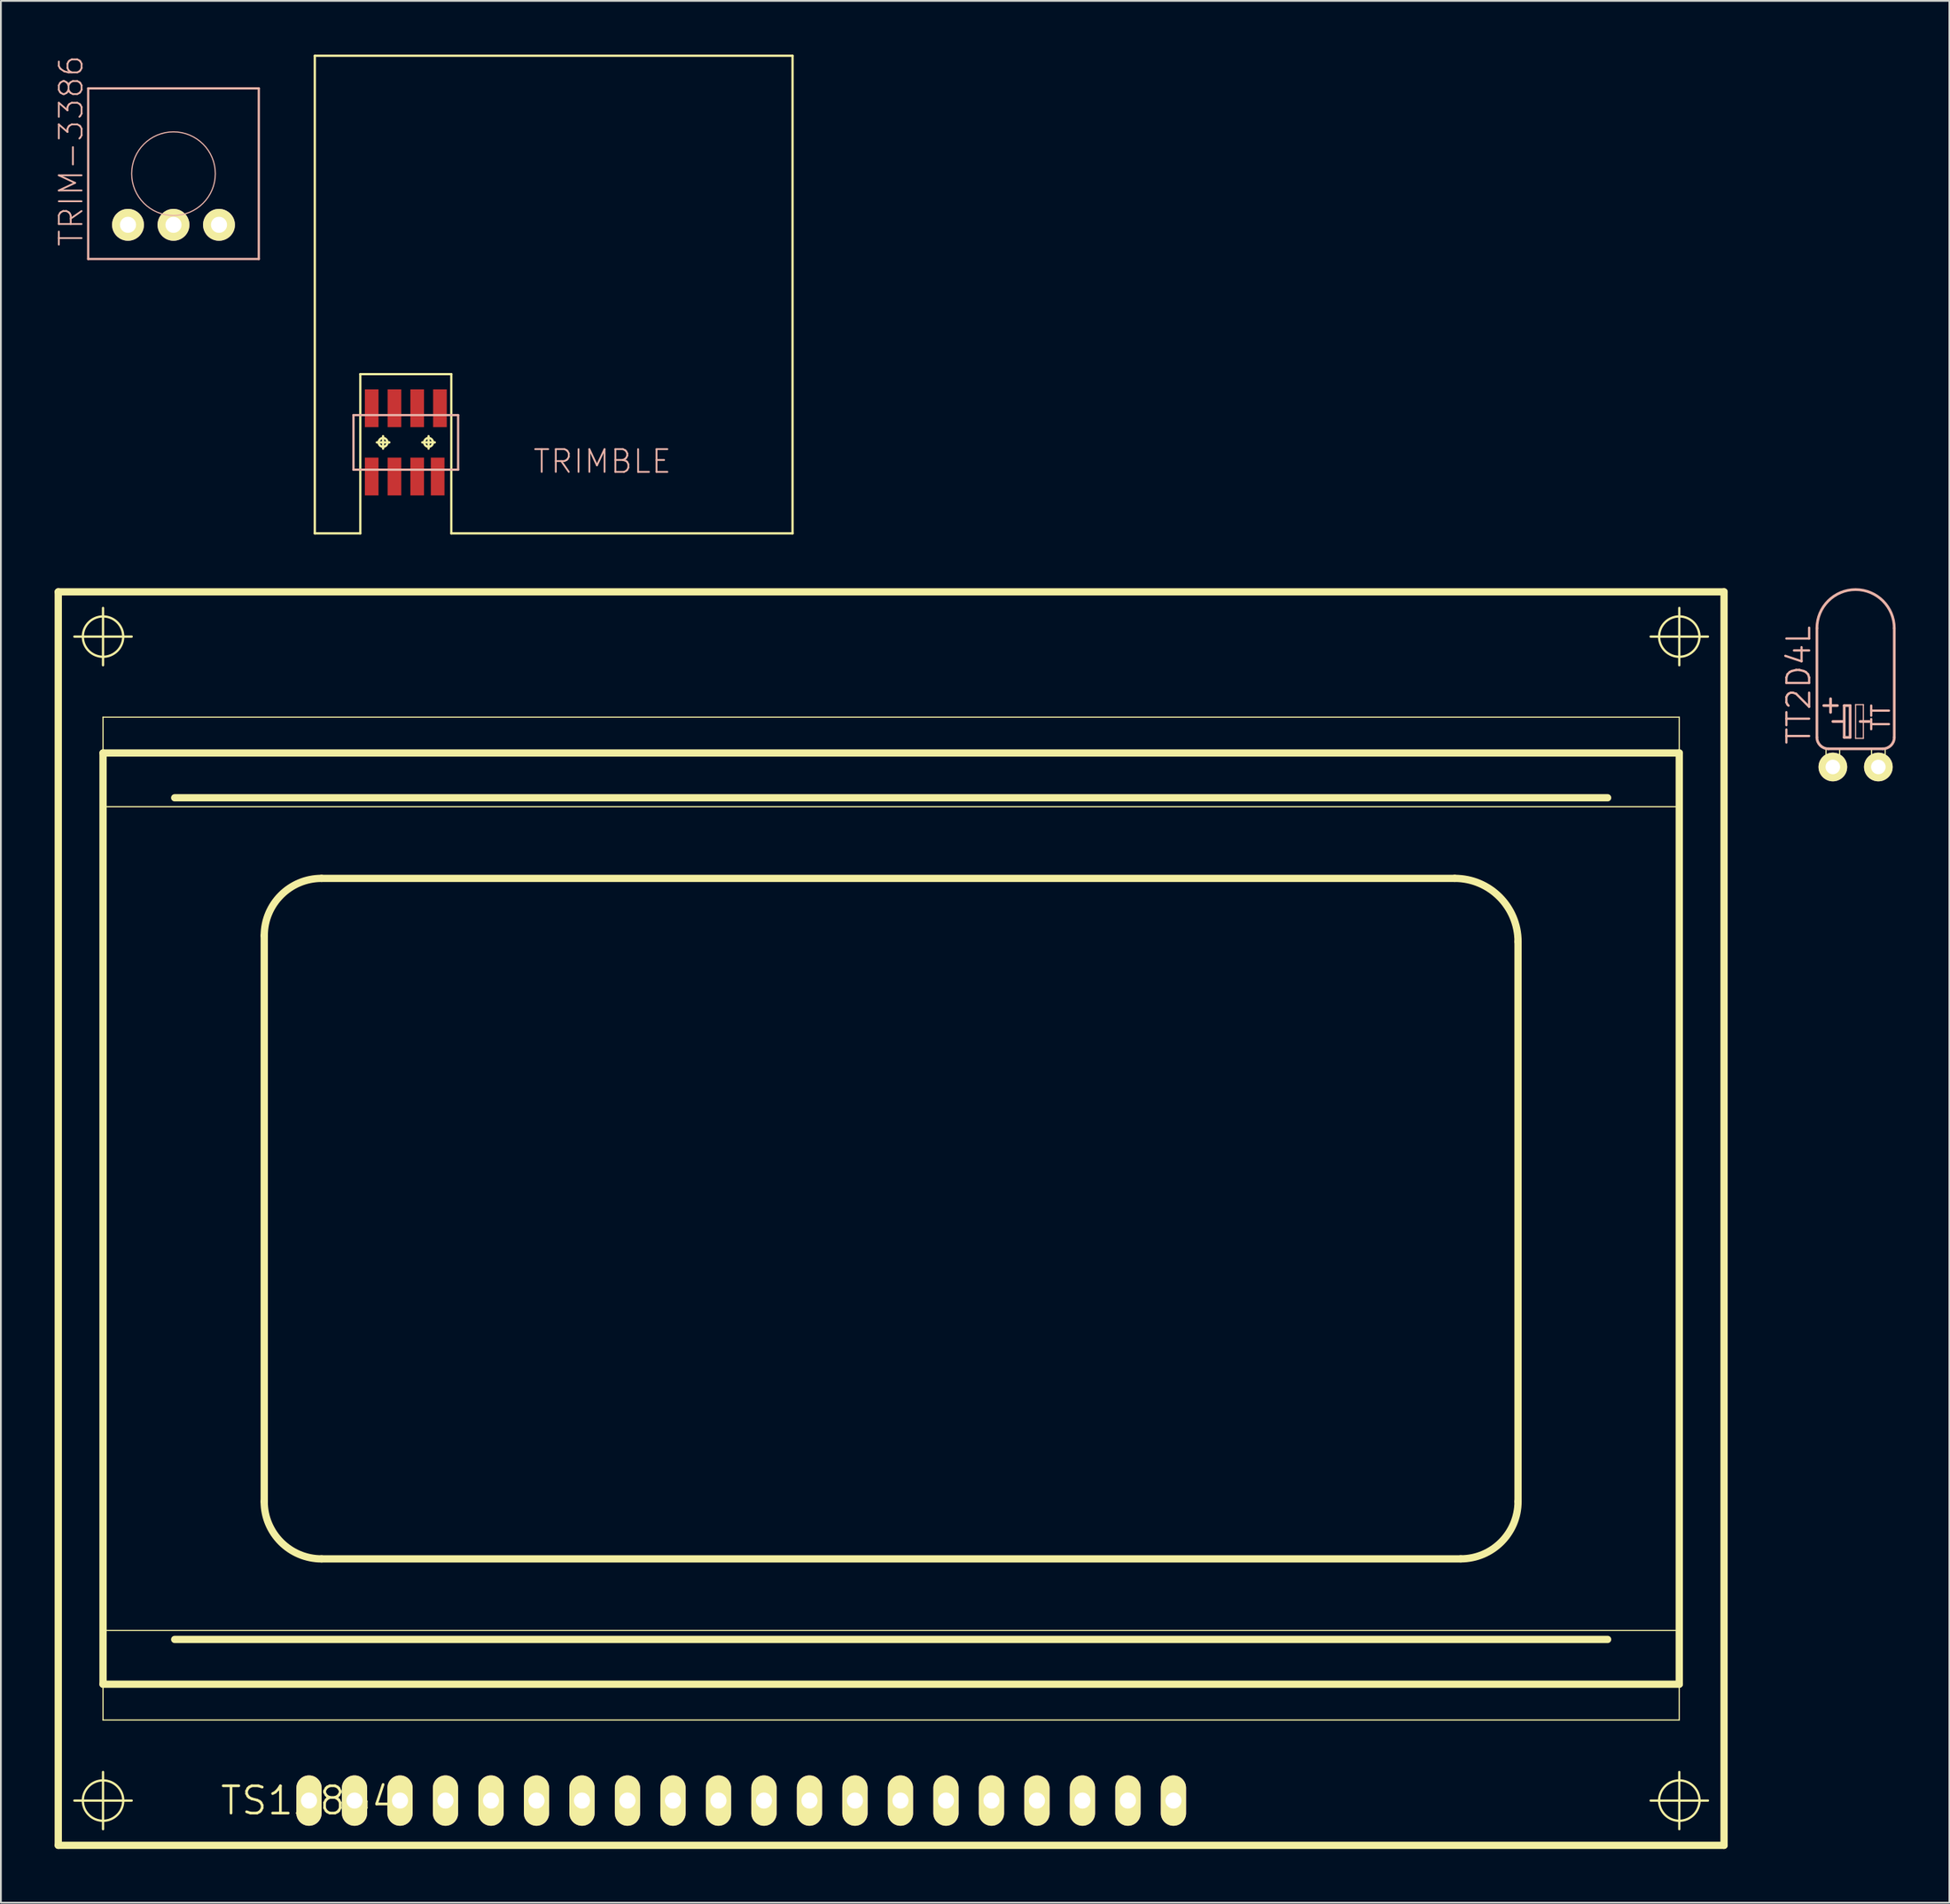
<source format=kicad_pcb>
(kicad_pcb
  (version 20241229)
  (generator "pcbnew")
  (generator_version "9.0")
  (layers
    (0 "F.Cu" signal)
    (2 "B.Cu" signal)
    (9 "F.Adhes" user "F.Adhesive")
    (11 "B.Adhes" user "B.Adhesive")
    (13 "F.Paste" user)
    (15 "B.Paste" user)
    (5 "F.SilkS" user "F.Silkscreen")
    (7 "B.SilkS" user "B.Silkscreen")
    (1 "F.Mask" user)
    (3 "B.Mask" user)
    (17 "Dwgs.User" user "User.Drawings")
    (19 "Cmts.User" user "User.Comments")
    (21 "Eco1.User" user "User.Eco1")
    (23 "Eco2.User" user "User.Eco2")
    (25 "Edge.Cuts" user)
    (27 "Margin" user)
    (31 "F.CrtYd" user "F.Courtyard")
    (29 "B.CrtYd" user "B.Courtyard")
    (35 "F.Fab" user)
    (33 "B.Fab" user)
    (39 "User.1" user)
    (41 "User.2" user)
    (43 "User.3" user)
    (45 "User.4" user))
  (footprint "TS12864"
    (layer "F.Cu")
    (at 14.201 97.498)
    (property "Reference" "TS12864" (at 0 0 0) (layer "F.SilkS") (effects (font (size 1.524 1.524) (thickness 0.15))))
    (attr exclude_from_pos_files exclude_from_bom)
    (fp_line (start -13.998 -67.498) (end -13.998 2.499) (stroke (width 0.406) (type solid)) (layer "F.SilkS"))
    (fp_line (start -13.998 2.499) (end 78.999 2.499) (stroke (width 0.406) (type solid)) (layer "F.SilkS"))
    (fp_line (start -13.099 -64.999) (end -9.898 -64.999) (stroke (width 0.127) (type solid)) (layer "F.SilkS"))
    (fp_line (start -13.099 0) (end -9.898 0) (stroke (width 0.127) (type solid)) (layer "F.SilkS"))
    (fp_line (start -11.499 -63.398) (end -11.499 -66.599) (stroke (width 0.127) (type solid)) (layer "F.SilkS"))
    (fp_line (start -11.499 -60.498) (end 76.5 -60.498) (stroke (width 0.066) (type solid)) (layer "F.SilkS"))
    (fp_line (start -11.499 -58.499) (end 76.5 -58.499) (stroke (width 0.406) (type solid)) (layer "F.SilkS"))
    (fp_line (start -11.499 -55.499) (end -11.499 -60.498) (stroke (width 0.066) (type solid)) (layer "F.SilkS"))
    (fp_line (start -11.499 -55.499) (end 76.5 -55.499) (stroke (width 0.066) (type solid)) (layer "F.SilkS"))
    (fp_line (start -11.499 -9.5) (end 76.5 -9.5) (stroke (width 0.066) (type solid)) (layer "F.SilkS"))
    (fp_line (start -11.499 -6.5) (end -11.499 -58.499) (stroke (width 0.406) (type solid)) (layer "F.SilkS"))
    (fp_line (start -11.499 -4.498) (end -11.499 -9.5) (stroke (width 0.066) (type solid)) (layer "F.SilkS"))
    (fp_line (start -11.499 -4.498) (end 76.5 -4.498) (stroke (width 0.066) (type solid)) (layer "F.SilkS"))
    (fp_line (start -11.499 1.598) (end -11.499 -1.598) (stroke (width 0.127) (type solid)) (layer "F.SilkS"))
    (fp_line (start -7.498 -55.999) (end 72.499 -55.999) (stroke (width 0.406) (type solid)) (layer "F.SilkS"))
    (fp_line (start -7.498 -8.999) (end 72.499 -8.999) (stroke (width 0.406) (type solid)) (layer "F.SilkS"))
    (fp_line (start -2.499 -16.701) (end -2.499 -48.298) (stroke (width 0.406) (type solid)) (layer "F.SilkS"))
    (fp_line (start 0.701 -51.498) (end 63.962 -51.498) (stroke (width 0.406) (type solid)) (layer "F.SilkS"))
    (fp_line (start 64.298 -13.498) (end 0.701 -13.498) (stroke (width 0.406) (type solid)) (layer "F.SilkS"))
    (fp_line (start 67.498 -47.963) (end 67.498 -16.701) (stroke (width 0.406) (type solid)) (layer "F.SilkS"))
    (fp_line (start 74.9 -64.999) (end 78.1 -64.999) (stroke (width 0.127) (type solid)) (layer "F.SilkS"))
    (fp_line (start 74.9 0) (end 78.1 0) (stroke (width 0.127) (type solid)) (layer "F.SilkS"))
    (fp_line (start 76.5 -63.398) (end 76.5 -66.599) (stroke (width 0.127) (type solid)) (layer "F.SilkS"))
    (fp_line (start 76.5 -58.499) (end 76.5 -6.5) (stroke (width 0.406) (type solid)) (layer "F.SilkS"))
    (fp_line (start 76.5 -55.499) (end 76.5 -60.498) (stroke (width 0.066) (type solid)) (layer "F.SilkS"))
    (fp_line (start 76.5 -6.5) (end -11.499 -6.5) (stroke (width 0.406) (type solid)) (layer "F.SilkS"))
    (fp_line (start 76.5 -4.498) (end 76.5 -9.5) (stroke (width 0.066) (type solid)) (layer "F.SilkS"))
    (fp_line (start 76.5 1.598) (end 76.5 -1.598) (stroke (width 0.127) (type solid)) (layer "F.SilkS"))
    (fp_line (start 78.999 -67.498) (end -13.998 -67.498) (stroke (width 0.406) (type solid)) (layer "F.SilkS"))
    (fp_line (start 78.999 2.499) (end 78.999 -67.498) (stroke (width 0.406) (type solid)) (layer "F.SilkS"))
    (fp_arc (start -2.49936 -48.2981) (mid -1.561985 -50.561125) (end 0.70104 -51.4985) (stroke (width 0.4064) (type solid)) (layer "F.SilkS"))
    (fp_arc (start 0.70104 -13.49756) (mid -1.563781 -14.435679) (end -2.5019 -16.7005) (stroke (width 0.4064) (type solid)) (layer "F.SilkS"))
    (fp_arc (start 63.96228 -51.4985) (mid 66.462383 -50.462923) (end 67.49796 -47.96282) (stroke (width 0.4064) (type solid)) (layer "F.SilkS"))
    (fp_arc (start 67.49796 -16.7005) (mid 66.560585 -14.437475) (end 64.29756 -13.5001) (stroke (width 0.4064) (type solid)) (layer "F.SilkS"))
    (fp_circle (center -11.499 -64.999) (end -12.296 -65.796) (stroke (width 0.127) (type solid)) (fill no) (layer "F.SilkS"))
    (fp_circle (center -11.499 0) (end -12.296 0.798) (stroke (width 0.127) (type solid)) (fill no) (layer "F.SilkS"))
    (fp_circle (center 76.5 -64.999) (end 77.297 -65.796) (stroke (width 0.127) (type solid)) (fill no) (layer "F.SilkS"))
    (fp_circle (center 76.5 0) (end 77.297 0.798) (stroke (width 0.127) (type solid)) (fill no) (layer "F.SilkS"))
    (pad "1" thru_hole oval (at 48.26 0 180) (size 1.407 2.814) (drill 0.899) (layers "*.Cu" "F.Mask" "F.SilkS" "F.Paste"))
    (pad "2" thru_hole oval (at 45.72 0 180) (size 1.407 2.814) (drill 0.899) (layers "*.Cu" "F.Mask" "F.SilkS" "F.Paste"))
    (pad "3" thru_hole oval (at 43.18 0 180) (size 1.407 2.814) (drill 0.899) (layers "*.Cu" "F.Mask" "F.SilkS" "F.Paste"))
    (pad "4" thru_hole oval (at 40.64 0 180) (size 1.407 2.814) (drill 0.899) (layers "*.Cu" "F.Mask" "F.SilkS" "F.Paste"))
    (pad "5" thru_hole oval (at 38.1 0 180) (size 1.407 2.814) (drill 0.899) (layers "*.Cu" "F.Mask" "F.SilkS" "F.Paste"))
    (pad "6" thru_hole oval (at 35.56 0 180) (size 1.407 2.814) (drill 0.899) (layers "*.Cu" "F.Mask" "F.SilkS" "F.Paste"))
    (pad "7" thru_hole oval (at 33.02 0 180) (size 1.407 2.814) (drill 0.899) (layers "*.Cu" "F.Mask" "F.SilkS" "F.Paste"))
    (pad "8" thru_hole oval (at 30.48 0 180) (size 1.407 2.814) (drill 0.899) (layers "*.Cu" "F.Mask" "F.SilkS" "F.Paste"))
    (pad "9" thru_hole oval (at 27.94 0 180) (size 1.407 2.814) (drill 0.899) (layers "*.Cu" "F.Mask" "F.SilkS" "F.Paste"))
    (pad "10" thru_hole oval (at 25.4 0 180) (size 1.407 2.814) (drill 0.899) (layers "*.Cu" "F.Mask" "F.SilkS" "F.Paste"))
    (pad "11" thru_hole oval (at 22.86 0 180) (size 1.407 2.814) (drill 0.899) (layers "*.Cu" "F.Mask" "F.SilkS" "F.Paste"))
    (pad "12" thru_hole oval (at 20.32 0 180) (size 1.407 2.814) (drill 0.899) (layers "*.Cu" "F.Mask" "F.SilkS" "F.Paste"))
    (pad "13" thru_hole oval (at 17.78 0 180) (size 1.407 2.814) (drill 0.899) (layers "*.Cu" "F.Mask" "F.SilkS" "F.Paste"))
    (pad "14" thru_hole oval (at 15.24 0 180) (size 1.407 2.814) (drill 0.899) (layers "*.Cu" "F.Mask" "F.SilkS" "F.Paste"))
    (pad "15" thru_hole oval (at 12.7 0 180) (size 1.407 2.814) (drill 0.899) (layers "*.Cu" "F.Mask" "F.SilkS" "F.Paste"))
    (pad "16" thru_hole oval (at 10.16 0 180) (size 1.407 2.814) (drill 0.899) (layers "*.Cu" "F.Mask" "F.SilkS" "F.Paste"))
    (pad "17" thru_hole oval (at 7.62 0 180) (size 1.407 2.814) (drill 0.899) (layers "*.Cu" "F.Mask" "F.SilkS" "F.Paste"))
    (pad "18" thru_hole oval (at 5.08 0 180) (size 1.407 2.814) (drill 0.899) (layers "*.Cu" "F.Mask" "F.SilkS" "F.Paste"))
    (pad "19" thru_hole oval (at 2.54 0 180) (size 1.407 2.814) (drill 0.899) (layers "*.Cu" "F.Mask" "F.SilkS" "F.Paste"))
    (pad "20" thru_hole oval (at 0 0 180) (size 1.407 2.814) (drill 0.899) (layers "*.Cu" "F.Mask" "F.SilkS" "F.Paste")))
  (footprint "TRIMBLE"
    (layer "F.Cu")
    (at 19.606 21.654)
    (property "Reference" "TRIMBLE" (at 10.973 1.064 0) (layer "B.SilkS") (effects (font (size 1.27 1.27) (thickness 0.102))))
    (attr smd)
    (fp_line (start -5.08 -21.59) (end 21.59 -21.59) (stroke (width 0.127) (type solid)) (layer "F.SilkS"))
    (fp_line (start -5.08 5.08) (end -5.08 -21.59) (stroke (width 0.127) (type solid)) (layer "F.SilkS"))
    (fp_line (start -2.54 -3.81) (end -2.54 5.08) (stroke (width 0.127) (type solid)) (layer "F.SilkS"))
    (fp_line (start -2.54 5.08) (end -5.08 5.08) (stroke (width 0.127) (type solid)) (layer "F.SilkS"))
    (fp_line (start -1.618 0) (end -0.919 0) (stroke (width 0.127) (type solid)) (layer "F.SilkS"))
    (fp_line (start -1.27 0.348) (end -1.27 -0.348) (stroke (width 0.127) (type solid)) (layer "F.SilkS"))
    (fp_line (start 0.919 0) (end 1.618 0) (stroke (width 0.127) (type solid)) (layer "F.SilkS"))
    (fp_line (start 1.27 0.348) (end 1.27 -0.348) (stroke (width 0.127) (type solid)) (layer "F.SilkS"))
    (fp_line (start 2.54 -3.81) (end -2.54 -3.81) (stroke (width 0.127) (type solid)) (layer "F.SilkS"))
    (fp_line (start 2.54 5.08) (end 2.54 -3.81) (stroke (width 0.127) (type solid)) (layer "F.SilkS"))
    (fp_line (start 21.59 -21.59) (end 21.59 5.08) (stroke (width 0.127) (type solid)) (layer "F.SilkS"))
    (fp_line (start 21.59 5.08) (end 2.54 5.08) (stroke (width 0.127) (type solid)) (layer "F.SilkS"))
    (fp_circle (center -1.27 0) (end -1.443 0.173) (stroke (width 0.127) (type solid)) (fill no) (layer "F.SilkS"))
    (fp_circle (center 1.27 0) (end 1.443 0.173) (stroke (width 0.127) (type solid)) (fill no) (layer "F.SilkS"))
    (fp_line (start -2.921 -1.524) (end -2.921 1.524) (stroke (width 0.127) (type solid)) (layer "B.SilkS"))
    (fp_line (start -2.921 1.524) (end 2.921 1.524) (stroke (width 0.127) (type solid)) (layer "B.SilkS"))
    (fp_line (start 2.921 -1.524) (end -2.921 -1.524) (stroke (width 0.127) (type solid)) (layer "B.SilkS"))
    (fp_line (start 2.921 1.524) (end 2.921 -1.524) (stroke (width 0.127) (type solid)) (layer "B.SilkS"))
    (pad "1" smd rect (at -1.905 -1.905 90) (size 2.108 0.762) (layers "F.Cu" "F.Mask" "F.Paste"))
    (pad "2" smd rect (at -1.905 1.905 90) (size 2.108 0.762) (layers "F.Cu" "F.Mask" "F.Paste"))
    (pad "3" smd rect (at -0.635 -1.905 90) (size 2.108 0.762) (layers "F.Cu" "F.Mask" "F.Paste"))
    (pad "4" smd rect (at -0.635 1.905 90) (size 2.108 0.762) (layers "F.Cu" "F.Mask" "F.Paste"))
    (pad "5" smd rect (at 0.635 -1.905 90) (size 2.108 0.762) (layers "F.Cu" "F.Mask" "F.Paste"))
    (pad "6" smd rect (at 0.635 1.905 90) (size 2.108 0.762) (layers "F.Cu" "F.Mask" "F.Paste"))
    (pad "7" smd rect (at 1.905 -1.905 90) (size 2.108 0.762) (layers "F.Cu" "F.Mask" "F.Paste"))
    (pad "8" smd rect (at 1.778 1.905 90) (size 2.108 0.762) (layers "F.Cu" "F.Mask" "F.Paste")))
  (footprint "TRIM-3386"
    (layer "F.Cu")
    (at 6.636 6.648)
    (property "Reference" "TRIM-3386" (at -5.715 -1.27 90) (layer "B.SilkS") (effects (font (size 1.27 1.27) (thickness 0.102))))
    (attr exclude_from_pos_files exclude_from_bom)
    (fp_line (start -4.763 -4.763) (end -4.763 4.763) (stroke (width 0.127) (type solid)) (layer "B.SilkS"))
    (fp_line (start -4.763 4.763) (end 4.763 4.763) (stroke (width 0.127) (type solid)) (layer "B.SilkS"))
    (fp_line (start 4.763 -4.763) (end -4.763 -4.763) (stroke (width 0.127) (type solid)) (layer "B.SilkS"))
    (fp_line (start 4.763 4.763) (end 4.763 -4.763) (stroke (width 0.127) (type solid)) (layer "B.SilkS"))
    (fp_circle (center 0 0) (end -1.651 1.651) (stroke (width 0.064) (type solid)) (fill no) (layer "B.SilkS"))
    (pad "1" thru_hole circle (at -2.54 2.857) (size 1.778 1.778) (drill 0.899) (layers "*.Cu" "F.Mask" "F.SilkS" "F.Paste"))
    (pad "2" thru_hole circle (at 0 2.857) (size 1.778 1.778) (drill 0.899) (layers "*.Cu" "F.Mask" "F.SilkS" "F.Paste"))
    (pad "3" thru_hole circle (at 2.54 2.857) (size 1.778 1.778) (drill 0.899) (layers "*.Cu" "F.Mask" "F.SilkS" "F.Paste")))
  (footprint "TT2D4L"
    (layer "F.Cu")
    (at 100.544 39.779)
    (property "Reference" "TT2D4L" (at -3.175 -4.572 90) (layer "B.SilkS") (effects (font (size 1.27 1.27) (thickness 0.127))))
    (attr exclude_from_pos_files exclude_from_bom)
    (fp_line (start -1.651 -1.016) (end -0.889 -1.016) (stroke (width 0.066) (type solid)) (layer "F.SilkS"))
    (fp_line (start -1.651 -0.635) (end -1.651 -1.016) (stroke (width 0.066) (type solid)) (layer "F.SilkS"))
    (fp_line (start -1.651 -0.635) (end -0.889 -0.635) (stroke (width 0.066) (type solid)) (layer "F.SilkS"))
    (fp_line (start -1.651 -0.635) (end -0.889 -0.635) (stroke (width 0.066) (type solid)) (layer "F.SilkS"))
    (fp_line (start -1.651 0.127) (end -1.651 -0.635) (stroke (width 0.066) (type solid)) (layer "F.SilkS"))
    (fp_line (start -1.651 0.127) (end -0.889 0.127) (stroke (width 0.066) (type solid)) (layer "F.SilkS"))
    (fp_line (start -0.889 -0.635) (end -0.889 -1.016) (stroke (width 0.066) (type solid)) (layer "F.SilkS"))
    (fp_line (start -0.889 0.127) (end -0.889 -0.635) (stroke (width 0.066) (type solid)) (layer "F.SilkS"))
    (fp_line (start 0.889 -1.016) (end 1.651 -1.016) (stroke (width 0.066) (type solid)) (layer "F.SilkS"))
    (fp_line (start 0.889 -0.635) (end 0.889 -1.016) (stroke (width 0.066) (type solid)) (layer "F.SilkS"))
    (fp_line (start 0.889 -0.635) (end 1.651 -0.635) (stroke (width 0.066) (type solid)) (layer "F.SilkS"))
    (fp_line (start 0.889 -0.635) (end 1.651 -0.635) (stroke (width 0.066) (type solid)) (layer "F.SilkS"))
    (fp_line (start 0.889 0.127) (end 0.889 -0.635) (stroke (width 0.066) (type solid)) (layer "F.SilkS"))
    (fp_line (start 0.889 0.127) (end 1.651 0.127) (stroke (width 0.066) (type solid)) (layer "F.SilkS"))
    (fp_line (start 1.651 -0.635) (end 1.651 -1.016) (stroke (width 0.066) (type solid)) (layer "F.SilkS"))
    (fp_line (start 1.651 0.127) (end 1.651 -0.635) (stroke (width 0.066) (type solid)) (layer "F.SilkS"))
    (fp_line (start -2.159 -7.747) (end -2.159 -1.651) (stroke (width 0.152) (type solid)) (layer "B.SilkS"))
    (fp_line (start -1.778 -3.429) (end -1.016 -3.429) (stroke (width 0.152) (type solid)) (layer "B.SilkS"))
    (fp_line (start -1.524 -1.016) (end 1.524 -1.016) (stroke (width 0.152) (type solid)) (layer "B.SilkS"))
    (fp_line (start -1.397 -3.81) (end -1.397 -3.048) (stroke (width 0.152) (type solid)) (layer "B.SilkS"))
    (fp_line (start -1.27 -2.54) (end -0.635 -2.54) (stroke (width 0.152) (type solid)) (layer "B.SilkS"))
    (fp_line (start -0.635 -3.429) (end -0.635 -2.54) (stroke (width 0.152) (type solid)) (layer "B.SilkS"))
    (fp_line (start -0.635 -2.54) (end -0.635 -1.651) (stroke (width 0.152) (type solid)) (layer "B.SilkS"))
    (fp_line (start -0.635 -1.651) (end -0.305 -1.651) (stroke (width 0.152) (type solid)) (layer "B.SilkS"))
    (fp_line (start -0.305 -3.429) (end -0.635 -3.429) (stroke (width 0.152) (type solid)) (layer "B.SilkS"))
    (fp_line (start -0.305 -1.651) (end -0.305 -3.429) (stroke (width 0.152) (type solid)) (layer "B.SilkS"))
    (fp_line (start 0 -3.48) (end 0.432 -3.48) (stroke (width 0.066) (type solid)) (layer "B.SilkS"))
    (fp_line (start 0 -1.6) (end 0 -3.48) (stroke (width 0.066) (type solid)) (layer "B.SilkS"))
    (fp_line (start 0 -1.6) (end 0.432 -1.6) (stroke (width 0.066) (type solid)) (layer "B.SilkS"))
    (fp_line (start 0.254 -2.54) (end 0.762 -2.54) (stroke (width 0.152) (type solid)) (layer "B.SilkS"))
    (fp_line (start 0.432 -1.6) (end 0.432 -3.48) (stroke (width 0.066) (type solid)) (layer "B.SilkS"))
    (fp_line (start 2.159 -7.747) (end 2.159 -1.651) (stroke (width 0.152) (type solid)) (layer "B.SilkS"))
    (fp_arc (start -2.159 -7.747) (mid 0 -9.906) (end 2.159 -7.747) (stroke (width 0.1524) (type solid)) (layer "B.SilkS"))
    (fp_arc (start -1.524 -1.016) (mid -1.973013 -1.201987) (end -2.159 -1.651) (stroke (width 0.1524) (type solid)) (layer "B.SilkS"))
    (fp_arc (start 2.159 -1.651) (mid 1.973013 -1.201987) (end 1.524 -1.016) (stroke (width 0.1524) (type solid)) (layer "B.SilkS"))
    (fp_text user "TT" (at 1.41 -2.769 90) (layer "B.SilkS") (effects (font (size 0.991 0.991) (thickness 0.127))))
    (pad "+" thru_hole circle (at -1.27 0) (size 1.6 1.6) (drill 0.813) (layers "*.Cu" "F.Mask" "F.SilkS" "F.Paste"))
    (pad "-" thru_hole circle (at 1.27 0) (size 1.6 1.6) (drill 0.813) (layers "*.Cu" "F.Mask" "F.SilkS" "F.Paste")))
  (gr_rect
    (start -3 -3)
    (end 105.779 103.201)
    (stroke (width 0.1) (type default))
    (fill no)
    (layer "Edge.Cuts")))
</source>
